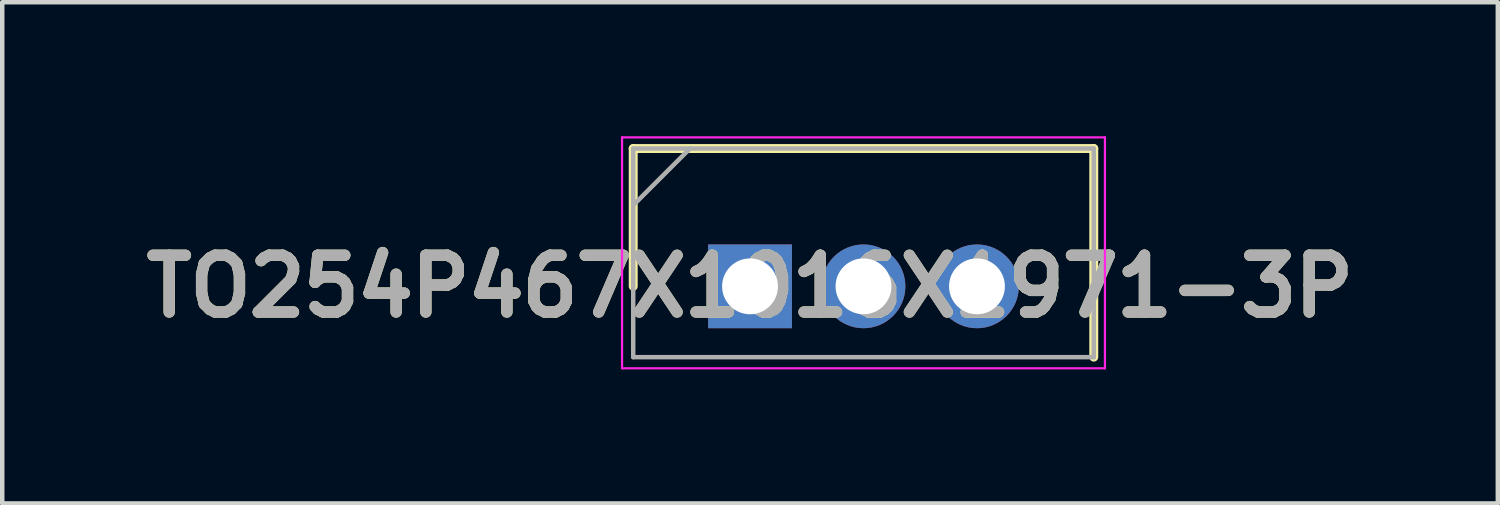
<source format=kicad_pcb>
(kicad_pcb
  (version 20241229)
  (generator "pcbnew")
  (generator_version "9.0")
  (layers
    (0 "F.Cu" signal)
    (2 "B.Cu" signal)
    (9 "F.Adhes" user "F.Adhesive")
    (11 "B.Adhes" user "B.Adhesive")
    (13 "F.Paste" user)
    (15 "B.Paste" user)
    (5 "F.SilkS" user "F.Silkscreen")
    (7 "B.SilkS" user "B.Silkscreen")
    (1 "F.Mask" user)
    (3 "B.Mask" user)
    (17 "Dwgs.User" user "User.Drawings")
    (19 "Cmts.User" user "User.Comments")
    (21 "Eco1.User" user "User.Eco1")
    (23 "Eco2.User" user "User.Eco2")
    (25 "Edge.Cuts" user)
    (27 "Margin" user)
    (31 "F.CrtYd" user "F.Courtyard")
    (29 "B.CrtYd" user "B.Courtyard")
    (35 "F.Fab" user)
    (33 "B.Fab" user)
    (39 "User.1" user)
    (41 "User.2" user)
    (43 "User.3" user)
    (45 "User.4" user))
  (footprint "TO254P467X1016X1971-3P"
    (layer "F.Cu")
    (at 13.74 3.36)
    (property "Reference" "TO254P467X1016X1971-3P" (at 0 0 0) (layer "F.SilkS") (effects (font (size 1.27 1.27) (thickness 0.254))))
    (attr through_hole)
    (fp_line (start -2.615 -3.085) (end -2.615 0) (stroke (width 0.2) (type solid)) (layer "F.SilkS"))
    (fp_line (start 7.695 -3.085) (end -2.615 -3.085) (stroke (width 0.2) (type solid)) (layer "F.SilkS"))
    (fp_line (start 7.695 1.585) (end 7.695 -3.085) (stroke (width 0.2) (type solid)) (layer "F.SilkS"))
    (fp_line (start -2.865 -3.335) (end 7.945 -3.335) (stroke (width 0.05) (type solid)) (layer "F.CrtYd"))
    (fp_line (start -2.865 1.835) (end -2.865 -3.335) (stroke (width 0.05) (type solid)) (layer "F.CrtYd"))
    (fp_line (start 7.945 -3.335) (end 7.945 1.835) (stroke (width 0.05) (type solid)) (layer "F.CrtYd"))
    (fp_line (start 7.945 1.835) (end -2.865 1.835) (stroke (width 0.05) (type solid)) (layer "F.CrtYd"))
    (fp_line (start -2.615 -3.085) (end 7.695 -3.085) (stroke (width 0.1) (type solid)) (layer "F.Fab"))
    (fp_line (start -2.615 -1.815) (end -1.345 -3.085) (stroke (width 0.1) (type solid)) (layer "F.Fab"))
    (fp_line (start -2.615 1.585) (end -2.615 -3.085) (stroke (width 0.1) (type solid)) (layer "F.Fab"))
    (fp_line (start 7.695 -3.085) (end 7.695 1.585) (stroke (width 0.1) (type solid)) (layer "F.Fab"))
    (fp_line (start 7.695 1.585) (end -2.615 1.585) (stroke (width 0.1) (type solid)) (layer "F.Fab"))
    (fp_text user "${REFERENCE}" (at 0 0 0) (layer "F.Fab") (effects (font (size 1.27 1.27) (thickness 0.254))))
    (pad "1" thru_hole rect (at 0 0) (size 1.875 1.875) (drill 1.25) (layers "*.Cu" "*.Mask"))
    (pad "2" thru_hole circle (at 2.54 0) (size 1.875 1.875) (drill 1.25) (layers "*.Cu" "*.Mask"))
    (pad "3" thru_hole circle (at 5.08 0) (size 1.875 1.875) (drill 1.25) (layers "*.Cu" "*.Mask")))
  (gr_rect
    (start -3 -3)
    (end 30.48 8.22)
    (stroke (width 0.1) (type default))
    (fill no)
    (layer "Edge.Cuts")))
</source>
